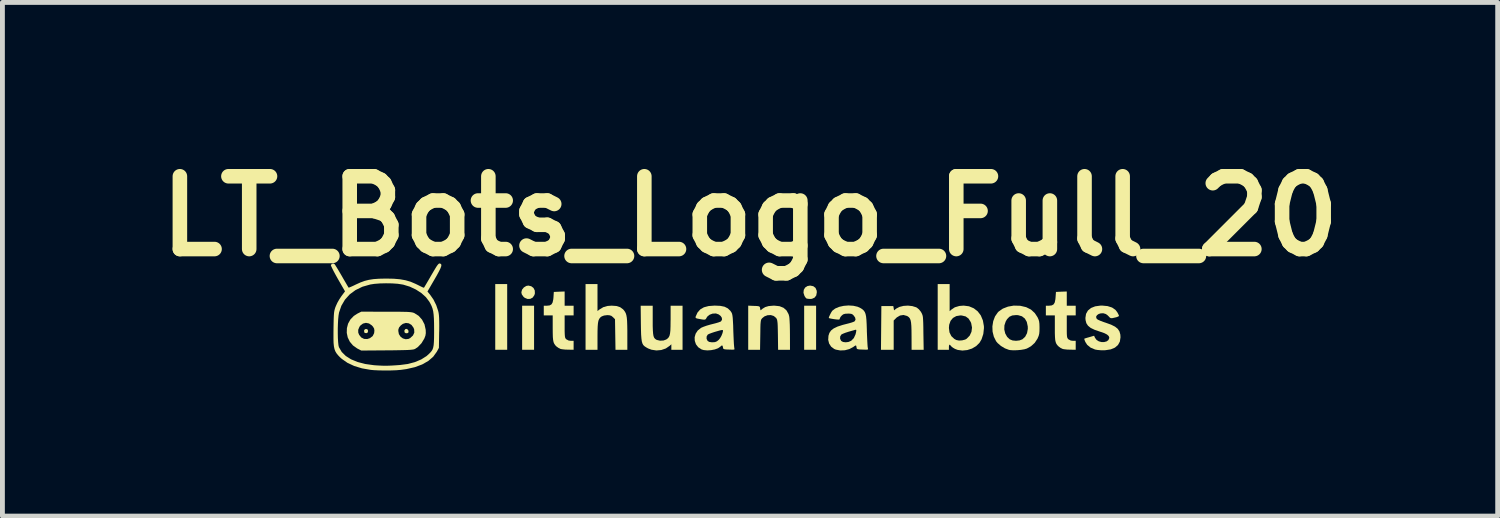
<source format=kicad_pcb>
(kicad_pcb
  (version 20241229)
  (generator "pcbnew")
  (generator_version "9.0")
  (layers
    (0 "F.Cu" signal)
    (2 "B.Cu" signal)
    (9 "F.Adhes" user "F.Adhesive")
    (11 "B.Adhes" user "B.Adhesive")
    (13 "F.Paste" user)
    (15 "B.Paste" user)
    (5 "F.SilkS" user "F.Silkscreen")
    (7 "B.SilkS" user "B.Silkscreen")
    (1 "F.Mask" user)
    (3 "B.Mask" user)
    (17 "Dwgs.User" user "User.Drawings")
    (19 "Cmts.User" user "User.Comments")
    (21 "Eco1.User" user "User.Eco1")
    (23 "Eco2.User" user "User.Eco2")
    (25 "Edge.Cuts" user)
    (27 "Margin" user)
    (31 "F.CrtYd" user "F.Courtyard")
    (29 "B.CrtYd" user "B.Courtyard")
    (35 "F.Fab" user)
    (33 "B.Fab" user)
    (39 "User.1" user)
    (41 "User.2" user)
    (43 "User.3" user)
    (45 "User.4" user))
  (footprint "LT_Bots_Logo_Full_20"
    (layer "F.Cu")
    (at 12.407 3.604)
    (property "Reference" "LT_Bots_Logo_Full_20" (at 0 -2.2 0) (layer "F.SilkS") (effects (font (size 1.5 1.5) (thickness 0.3))))
    (attr board_only exclude_from_pos_files exclude_from_bom)
    (fp_poly (pts (xy -5.005 -0.123) (xy -5.005 0.554) (xy -5.128 0.554) (xy -5.251 0.554) (xy -5.251 -0.123) (xy -5.251 -0.8) (xy -5.128 -0.8) (xy -5.005 -0.8)) (stroke (width 0) (type solid)) (fill yes) (layer "F.SilkS"))
    (fp_poly (pts (xy -4.451 0.1) (xy -4.451 0.554) (xy -4.574 0.554) (xy -4.697 0.554) (xy -4.697 0.1) (xy -4.697 -0.354) (xy -4.574 -0.354) (xy -4.451 -0.354)) (stroke (width 0) (type solid)) (fill yes) (layer "F.SilkS"))
    (fp_poly (pts (xy 1.361 0.1) (xy 1.361 0.554) (xy 1.238 0.554) (xy 1.115 0.554) (xy 1.115 0.1) (xy 1.115 -0.354) (xy 1.238 -0.354) (xy 1.361 -0.354)) (stroke (width 0) (type solid)) (fill yes) (layer "F.SilkS"))
    (fp_poly (pts (xy -7.879 0.139) (xy -7.872 0.169) (xy -7.881 0.201) (xy -7.907 0.212) (xy -7.939 0.207) (xy -7.951 0.193) (xy -7.954 0.155) (xy -7.936 0.13) (xy -7.907 0.126)) (stroke (width 0) (type solid)) (fill yes) (layer "F.SilkS"))
    (fp_poly (pts (xy -7.055 0.136) (xy -7.038 0.165) (xy -7.04 0.197) (xy -7.042 0.2) (xy -7.066 0.214) (xy -7.097 0.212) (xy -7.12 0.195) (xy -7.121 0.192) (xy -7.123 0.155) (xy -7.104 0.129) (xy -7.082 0.123)) (stroke (width 0) (type solid)) (fill yes) (layer "F.SilkS"))
    (fp_poly (pts (xy -4.509 -0.755) (xy -4.463 -0.72) (xy -4.437 -0.669) (xy -4.434 -0.609) (xy -4.444 -0.573) (xy -4.479 -0.522) (xy -4.529 -0.495) (xy -4.586 -0.493) (xy -4.642 -0.516) (xy -4.668 -0.537) (xy -4.704 -0.588) (xy -4.713 -0.63) (xy -4.699 -0.684) (xy -4.662 -0.73) (xy -4.612 -0.761) (xy -4.569 -0.769)) (stroke (width 0) (type solid)) (fill yes) (layer "F.SilkS"))
    (fp_poly (pts (xy 1.303 -0.756) (xy 1.349 -0.721) (xy 1.373 -0.665) (xy 1.376 -0.63) (xy 1.364 -0.565) (xy 1.329 -0.52) (xy 1.275 -0.496) (xy 1.242 -0.493) (xy 1.199 -0.496) (xy 1.167 -0.501) (xy 1.164 -0.502) (xy 1.144 -0.521) (xy 1.122 -0.554) (xy 1.122 -0.554) (xy 1.101 -0.62) (xy 1.107 -0.68) (xy 1.135 -0.728) (xy 1.183 -0.759) (xy 1.238 -0.769)) (stroke (width 0) (type solid)) (fill yes) (layer "F.SilkS"))
    (fp_poly (pts (xy -3.144 -0.522) (xy -3.144 -0.244) (xy -3.102 -0.277) (xy -3.024 -0.324) (xy -2.936 -0.349) (xy -2.851 -0.355) (xy -2.754 -0.348) (xy -2.678 -0.324) (xy -2.619 -0.281) (xy -2.602 -0.263) (xy -2.58 -0.233) (xy -2.562 -0.2) (xy -2.549 -0.159) (xy -2.54 -0.108) (xy -2.534 -0.04) (xy -2.531 0.048) (xy -2.529 0.16) (xy -2.529 0.227) (xy -2.529 0.554) (xy -2.651 0.554) (xy -2.773 0.554) (xy -2.778 0.239) (xy -2.783 -0.076) (xy -2.825 -0.118) (xy -2.858 -0.145) (xy -2.897 -0.157) (xy -2.942 -0.16) (xy -3.008 -0.152) (xy -3.059 -0.133) (xy -3.059 -0.132) (xy -3.087 -0.111) (xy -3.108 -0.083) (xy -3.124 -0.047) (xy -3.134 0.004) (xy -3.14 0.073) (xy -3.143 0.164) (xy -3.144 0.276) (xy -3.144 0.554) (xy -3.267 0.554) (xy -3.39 0.554) (xy -3.39 -0.123) (xy -3.39 -0.8) (xy -3.267 -0.8) (xy -3.144 -0.8)) (stroke (width 0) (type solid)) (fill yes) (layer "F.SilkS"))
    (fp_poly (pts (xy 3.344 -0.346) (xy 3.424 -0.321) (xy 3.441 -0.311) (xy 3.479 -0.28) (xy 3.516 -0.235) (xy 3.529 -0.214) (xy 3.541 -0.191) (xy 3.55 -0.169) (xy 3.558 -0.143) (xy 3.563 -0.108) (xy 3.566 -0.06) (xy 3.569 0.004) (xy 3.571 0.091) (xy 3.572 0.204) (xy 3.578 0.554) (xy 3.453 0.554) (xy 3.329 0.554) (xy 3.328 0.273) (xy 3.327 0.155) (xy 3.324 0.063) (xy 3.318 -0.006) (xy 3.308 -0.056) (xy 3.293 -0.092) (xy 3.273 -0.117) (xy 3.247 -0.136) (xy 3.234 -0.143) (xy 3.162 -0.163) (xy 3.091 -0.152) (xy 3.024 -0.113) (xy 3.01 -0.099) (xy 2.96 -0.049) (xy 2.96 0.252) (xy 2.96 0.554) (xy 2.829 0.554) (xy 2.698 0.554) (xy 2.702 0.104) (xy 2.706 -0.346) (xy 2.829 -0.346) (xy 2.952 -0.346) (xy 2.96 -0.302) (xy 2.967 -0.258) (xy 3.012 -0.294) (xy 3.078 -0.329) (xy 3.162 -0.35) (xy 3.254 -0.356)) (stroke (width 0) (type solid)) (fill yes) (layer "F.SilkS"))
    (fp_poly (pts (xy -2.006 -0.053) (xy -2.006 0.064) (xy -2.003 0.154) (xy -1.998 0.221) (xy -1.99 0.27) (xy -1.977 0.304) (xy -1.959 0.327) (xy -1.936 0.344) (xy -1.922 0.351) (xy -1.855 0.367) (xy -1.784 0.363) (xy -1.728 0.343) (xy -1.699 0.322) (xy -1.677 0.298) (xy -1.66 0.265) (xy -1.649 0.219) (xy -1.642 0.157) (xy -1.639 0.073) (xy -1.638 -0.037) (xy -1.637 -0.068) (xy -1.637 -0.354) (xy -1.514 -0.354) (xy -1.391 -0.354) (xy -1.391 0.1) (xy -1.391 0.554) (xy -1.507 0.554) (xy -1.622 0.554) (xy -1.622 0.497) (xy -1.622 0.441) (xy -1.657 0.473) (xy -1.736 0.527) (xy -1.829 0.559) (xy -1.93 0.568) (xy -2.031 0.553) (xy -2.1 0.527) (xy -2.141 0.504) (xy -2.174 0.482) (xy -2.2 0.457) (xy -2.218 0.424) (xy -2.231 0.379) (xy -2.239 0.319) (xy -2.245 0.24) (xy -2.248 0.138) (xy -2.25 0.012) (xy -2.254 -0.354) (xy -2.13 -0.354) (xy -2.006 -0.354)) (stroke (width 0) (type solid)) (fill yes) (layer "F.SilkS"))
    (fp_poly (pts (xy -3.821 -0.5) (xy -3.821 -0.354) (xy -3.729 -0.354) (xy -3.636 -0.354) (xy -3.636 -0.254) (xy -3.636 -0.154) (xy -3.729 -0.154) (xy -3.821 -0.154) (xy -3.821 0.076) (xy -3.821 0.165) (xy -3.819 0.229) (xy -3.816 0.273) (xy -3.811 0.301) (xy -3.803 0.32) (xy -3.791 0.334) (xy -3.787 0.338) (xy -3.738 0.364) (xy -3.695 0.369) (xy -3.636 0.369) (xy -3.636 0.461) (xy -3.636 0.554) (xy -3.748 0.552) (xy -3.81 0.55) (xy -3.866 0.544) (xy -3.903 0.538) (xy -3.947 0.517) (xy -3.986 0.489) (xy -4.014 0.461) (xy -4.034 0.432) (xy -4.049 0.398) (xy -4.058 0.353) (xy -4.064 0.292) (xy -4.066 0.211) (xy -4.067 0.108) (xy -4.067 -0.154) (xy -4.159 -0.154) (xy -4.251 -0.154) (xy -4.251 -0.254) (xy -4.251 -0.354) (xy -4.184 -0.354) (xy -4.13 -0.36) (xy -4.093 -0.381) (xy -4.069 -0.421) (xy -4.055 -0.485) (xy -4.051 -0.528) (xy -4.044 -0.638) (xy -3.932 -0.643) (xy -3.821 -0.647)) (stroke (width 0) (type solid)) (fill yes) (layer "F.SilkS"))
    (fp_poly (pts (xy 6.527 -0.5) (xy 6.527 -0.354) (xy 6.619 -0.354) (xy 6.711 -0.354) (xy 6.711 -0.254) (xy 6.711 -0.154) (xy 6.619 -0.154) (xy 6.527 -0.154) (xy 6.527 0.076) (xy 6.527 0.165) (xy 6.528 0.229) (xy 6.531 0.273) (xy 6.536 0.301) (xy 6.545 0.32) (xy 6.556 0.334) (xy 6.56 0.338) (xy 6.61 0.364) (xy 6.653 0.369) (xy 6.711 0.369) (xy 6.711 0.461) (xy 6.711 0.554) (xy 6.6 0.552) (xy 6.537 0.55) (xy 6.481 0.544) (xy 6.444 0.538) (xy 6.4 0.517) (xy 6.362 0.489) (xy 6.334 0.461) (xy 6.313 0.432) (xy 6.299 0.398) (xy 6.289 0.353) (xy 6.284 0.292) (xy 6.281 0.211) (xy 6.281 0.108) (xy 6.281 -0.154) (xy 6.189 -0.154) (xy 6.096 -0.154) (xy 6.096 -0.254) (xy 6.096 -0.354) (xy 6.163 -0.354) (xy 6.217 -0.36) (xy 6.255 -0.381) (xy 6.279 -0.421) (xy 6.292 -0.485) (xy 6.296 -0.528) (xy 6.304 -0.638) (xy 6.415 -0.643) (xy 6.527 -0.647)) (stroke (width 0) (type solid)) (fill yes) (layer "F.SilkS"))
    (fp_poly (pts (xy 0.607 -0.344) (xy 0.69 -0.311) (xy 0.752 -0.256) (xy 0.794 -0.179) (xy 0.806 -0.137) (xy 0.811 -0.101) (xy 0.815 -0.04) (xy 0.819 0.04) (xy 0.821 0.133) (xy 0.822 0.232) (xy 0.822 0.242) (xy 0.823 0.554) (xy 0.7 0.554) (xy 0.578 0.554) (xy 0.574 0.247) (xy 0.572 0.142) (xy 0.57 0.062) (xy 0.567 0.005) (xy 0.562 -0.036) (xy 0.557 -0.064) (xy 0.548 -0.084) (xy 0.538 -0.101) (xy 0.537 -0.102) (xy 0.489 -0.142) (xy 0.428 -0.161) (xy 0.361 -0.158) (xy 0.297 -0.134) (xy 0.253 -0.099) (xy 0.24 -0.084) (xy 0.23 -0.069) (xy 0.223 -0.047) (xy 0.219 -0.016) (xy 0.215 0.03) (xy 0.213 0.095) (xy 0.212 0.184) (xy 0.211 0.247) (xy 0.206 0.554) (xy 0.084 0.554) (xy -0.038 0.554) (xy -0.038 0.099) (xy -0.038 -0.355) (xy 0.081 -0.35) (xy 0.141 -0.348) (xy 0.176 -0.343) (xy 0.195 -0.335) (xy 0.204 -0.32) (xy 0.207 -0.302) (xy 0.215 -0.258) (xy 0.257 -0.292) (xy 0.313 -0.326) (xy 0.381 -0.346) (xy 0.468 -0.354) (xy 0.503 -0.355)) (stroke (width 0) (type solid)) (fill yes) (layer "F.SilkS"))
    (fp_poly (pts (xy 4.113 -0.52) (xy 4.113 -0.241) (xy 4.148 -0.273) (xy 4.22 -0.321) (xy 4.314 -0.349) (xy 4.402 -0.356) (xy 4.512 -0.342) (xy 4.61 -0.301) (xy 4.691 -0.238) (xy 4.755 -0.154) (xy 4.798 -0.051) (xy 4.819 0.067) (xy 4.82 0.108) (xy 4.807 0.228) (xy 4.771 0.338) (xy 4.728 0.411) (xy 4.66 0.478) (xy 4.574 0.529) (xy 4.477 0.56) (xy 4.376 0.57) (xy 4.279 0.557) (xy 4.223 0.536) (xy 4.179 0.51) (xy 4.147 0.484) (xy 4.139 0.474) (xy 4.117 0.449) (xy 4.104 0.454) (xy 4.098 0.488) (xy 4.098 0.5) (xy 4.098 0.554) (xy 3.982 0.554) (xy 3.867 0.554) (xy 3.867 0.104) (xy 4.098 0.104) (xy 4.11 0.196) (xy 4.148 0.273) (xy 4.209 0.33) (xy 4.251 0.353) (xy 4.306 0.364) (xy 4.372 0.36) (xy 4.433 0.344) (xy 4.463 0.327) (xy 4.526 0.263) (xy 4.563 0.184) (xy 4.574 0.097) (xy 4.557 0.006) (xy 4.546 -0.02) (xy 4.502 -0.09) (xy 4.443 -0.133) (xy 4.365 -0.152) (xy 4.334 -0.154) (xy 4.25 -0.14) (xy 4.182 -0.102) (xy 4.132 -0.042) (xy 4.104 0.038) (xy 4.098 0.104) (xy 3.867 0.104) (xy 3.867 -0.123) (xy 3.867 -0.8) (xy 3.99 -0.8) (xy 4.113 -0.8)) (stroke (width 0) (type solid)) (fill yes) (layer "F.SilkS"))
    (fp_poly (pts (xy 5.556 -0.353) (xy 5.57 -0.352) (xy 5.69 -0.324) (xy 5.788 -0.275) (xy 5.867 -0.203) (xy 5.924 -0.117) (xy 5.944 -0.073) (xy 5.957 -0.031) (xy 5.963 0.019) (xy 5.965 0.087) (xy 5.965 0.1) (xy 5.964 0.172) (xy 5.959 0.224) (xy 5.948 0.267) (xy 5.929 0.312) (xy 5.923 0.326) (xy 5.866 0.412) (xy 5.79 0.481) (xy 5.704 0.529) (xy 5.653 0.544) (xy 5.582 0.556) (xy 5.502 0.563) (xy 5.424 0.565) (xy 5.357 0.56) (xy 5.333 0.555) (xy 5.251 0.524) (xy 5.17 0.475) (xy 5.102 0.416) (xy 5.071 0.379) (xy 5.024 0.285) (xy 4.998 0.181) (xy 4.996 0.136) (xy 5.239 0.136) (xy 5.259 0.219) (xy 5.299 0.29) (xy 5.352 0.339) (xy 5.41 0.362) (xy 5.481 0.369) (xy 5.554 0.361) (xy 5.613 0.338) (xy 5.67 0.285) (xy 5.708 0.212) (xy 5.724 0.124) (xy 5.723 0.073) (xy 5.703 -0.02) (xy 5.663 -0.089) (xy 5.603 -0.136) (xy 5.524 -0.159) (xy 5.481 -0.161) (xy 5.403 -0.153) (xy 5.344 -0.126) (xy 5.296 -0.076) (xy 5.269 -0.03) (xy 5.242 0.051) (xy 5.239 0.136) (xy 4.996 0.136) (xy 4.994 0.072) (xy 5.011 -0.035) (xy 5.048 -0.133) (xy 5.105 -0.215) (xy 5.122 -0.233) (xy 5.209 -0.294) (xy 5.315 -0.335) (xy 5.433 -0.356)) (stroke (width 0) (type solid)) (fill yes) (layer "F.SilkS"))
    (fp_poly (pts (xy 7.368 -0.346) (xy 7.461 -0.316) (xy 7.532 -0.266) (xy 7.569 -0.217) (xy 7.59 -0.178) (xy 7.602 -0.149) (xy 7.603 -0.143) (xy 7.589 -0.132) (xy 7.554 -0.118) (xy 7.516 -0.109) (xy 7.467 -0.098) (xy 7.438 -0.097) (xy 7.418 -0.106) (xy 7.398 -0.126) (xy 7.397 -0.128) (xy 7.363 -0.161) (xy 7.331 -0.183) (xy 7.281 -0.198) (xy 7.23 -0.197) (xy 7.185 -0.184) (xy 7.151 -0.16) (xy 7.132 -0.131) (xy 7.136 -0.098) (xy 7.152 -0.077) (xy 7.178 -0.061) (xy 7.226 -0.04) (xy 7.288 -0.017) (xy 7.333 -0.002) (xy 7.441 0.037) (xy 7.522 0.078) (xy 7.578 0.123) (xy 7.613 0.177) (xy 7.631 0.242) (xy 7.634 0.297) (xy 7.621 0.385) (xy 7.582 0.456) (xy 7.519 0.51) (xy 7.433 0.546) (xy 7.323 0.563) (xy 7.304 0.564) (xy 7.232 0.564) (xy 7.162 0.558) (xy 7.11 0.549) (xy 7.018 0.51) (xy 6.949 0.454) (xy 6.91 0.394) (xy 6.894 0.355) (xy 6.887 0.331) (xy 6.887 0.327) (xy 6.903 0.32) (xy 6.941 0.308) (xy 6.991 0.294) (xy 7.09 0.265) (xy 7.109 0.308) (xy 7.141 0.351) (xy 7.187 0.38) (xy 7.242 0.395) (xy 7.297 0.395) (xy 7.347 0.382) (xy 7.384 0.355) (xy 7.402 0.314) (xy 7.403 0.304) (xy 7.391 0.271) (xy 7.355 0.239) (xy 7.292 0.208) (xy 7.207 0.179) (xy 7.099 0.142) (xy 7.019 0.103) (xy 6.964 0.058) (xy 6.93 0.006) (xy 6.914 -0.058) (xy 6.911 -0.102) (xy 6.924 -0.186) (xy 6.963 -0.255) (xy 7.026 -0.307) (xy 7.112 -0.341) (xy 7.219 -0.356) (xy 7.254 -0.357)) (stroke (width 0) (type solid)) (fill yes) (layer "F.SilkS"))
    (fp_poly (pts (xy -7.496 -0.23) (xy -7.355 -0.23) (xy -7.241 -0.23) (xy -7.15 -0.228) (xy -7.081 -0.227) (xy -7.028 -0.224) (xy -6.989 -0.22) (xy -6.959 -0.215) (xy -6.937 -0.209) (xy -6.919 -0.202) (xy -6.829 -0.145) (xy -6.759 -0.066) (xy -6.709 0.03) (xy -6.685 0.139) (xy -6.684 0.148) (xy -6.682 0.211) (xy -6.69 0.263) (xy -6.711 0.318) (xy -6.714 0.325) (xy -6.771 0.419) (xy -6.844 0.496) (xy -6.901 0.535) (xy -6.917 0.542) (xy -6.939 0.548) (xy -6.969 0.552) (xy -7.01 0.556) (xy -7.067 0.559) (xy -7.142 0.561) (xy -7.239 0.563) (xy -7.36 0.565) (xy -7.481 0.566) (xy -8.012 0.57) (xy -8.096 0.527) (xy -8.183 0.465) (xy -8.248 0.388) (xy -8.291 0.3) (xy -8.311 0.205) (xy -8.309 0.142) (xy -8.075 0.142) (xy -8.074 0.201) (xy -8.056 0.246) (xy -8.013 0.3) (xy -7.955 0.33) (xy -7.889 0.333) (xy -7.834 0.315) (xy -7.777 0.272) (xy -7.747 0.212) (xy -7.742 0.166) (xy -7.249 0.166) (xy -7.237 0.231) (xy -7.203 0.284) (xy -7.155 0.32) (xy -7.097 0.337) (xy -7.038 0.33) (xy -7.003 0.312) (xy -6.946 0.259) (xy -6.919 0.2) (xy -6.922 0.135) (xy -6.935 0.1) (xy -6.977 0.042) (xy -7.032 0.009) (xy -7.093 0.001) (xy -7.155 0.02) (xy -7.197 0.052) (xy -7.232 0.093) (xy -7.247 0.133) (xy -7.249 0.166) (xy -7.742 0.166) (xy -7.741 0.164) (xy -7.747 0.119) (xy -7.769 0.08) (xy -7.794 0.052) (xy -7.852 0.012) (xy -7.916 -0.001) (xy -7.977 0.014) (xy -8.03 0.054) (xy -8.049 0.08) (xy -8.075 0.142) (xy -8.309 0.142) (xy -8.308 0.109) (xy -8.284 0.016) (xy -8.236 -0.07) (xy -8.166 -0.143) (xy -8.092 -0.191) (xy -8.012 -0.231)) (stroke (width 0) (type solid)) (fill yes) (layer "F.SilkS"))
    (fp_poly (pts (xy -0.613 -0.351) (xy -0.525 -0.333) (xy -0.458 -0.299) (xy -0.406 -0.249) (xy -0.379 -0.208) (xy -0.37 -0.185) (xy -0.363 -0.152) (xy -0.357 -0.104) (xy -0.353 -0.037) (xy -0.348 0.052) (xy -0.345 0.169) (xy -0.345 0.169) (xy -0.341 0.268) (xy -0.337 0.358) (xy -0.333 0.434) (xy -0.328 0.49) (xy -0.324 0.523) (xy -0.323 0.527) (xy -0.32 0.541) (xy -0.328 0.549) (xy -0.353 0.552) (xy -0.4 0.551) (xy -0.432 0.55) (xy -0.493 0.548) (xy -0.529 0.543) (xy -0.548 0.535) (xy -0.556 0.521) (xy -0.558 0.504) (xy -0.567 0.47) (xy -0.583 0.465) (xy -0.61 0.487) (xy -0.615 0.492) (xy -0.66 0.523) (xy -0.726 0.547) (xy -0.803 0.562) (xy -0.882 0.567) (xy -0.955 0.56) (xy -0.999 0.547) (xy -1.068 0.502) (xy -1.115 0.441) (xy -1.139 0.37) (xy -1.141 0.328) (xy -0.896 0.328) (xy -0.875 0.371) (xy -0.874 0.372) (xy -0.841 0.392) (xy -0.788 0.4) (xy -0.774 0.4) (xy -0.722 0.396) (xy -0.683 0.38) (xy -0.646 0.35) (xy -0.618 0.315) (xy -0.591 0.269) (xy -0.571 0.22) (xy -0.559 0.178) (xy -0.56 0.15) (xy -0.562 0.147) (xy -0.581 0.147) (xy -0.62 0.155) (xy -0.673 0.17) (xy -0.732 0.187) (xy -0.789 0.206) (xy -0.837 0.224) (xy -0.868 0.239) (xy -0.873 0.243) (xy -0.895 0.281) (xy -0.896 0.328) (xy -1.141 0.328) (xy -1.142 0.295) (xy -1.121 0.222) (xy -1.078 0.157) (xy -1.013 0.105) (xy -1.009 0.102) (xy -0.961 0.081) (xy -0.894 0.057) (xy -0.818 0.035) (xy -0.778 0.025) (xy -0.711 0.008) (xy -0.653 -0.009) (xy -0.613 -0.024) (xy -0.599 -0.031) (xy -0.578 -0.065) (xy -0.581 -0.104) (xy -0.605 -0.142) (xy -0.646 -0.174) (xy -0.699 -0.193) (xy -0.71 -0.194) (xy -0.772 -0.191) (xy -0.832 -0.169) (xy -0.878 -0.133) (xy -0.893 -0.111) (xy -0.908 -0.084) (xy -0.923 -0.07) (xy -0.947 -0.066) (xy -0.989 -0.071) (xy -1.029 -0.078) (xy -1.083 -0.088) (xy -1.112 -0.097) (xy -1.123 -0.109) (xy -1.122 -0.126) (xy -1.121 -0.129) (xy -1.083 -0.213) (xy -1.028 -0.276) (xy -0.952 -0.321) (xy -0.854 -0.347) (xy -0.732 -0.356) (xy -0.726 -0.356)) (stroke (width 0) (type solid)) (fill yes) (layer "F.SilkS"))
    (fp_poly (pts (xy 2.127 -0.353) (xy 2.216 -0.333) (xy 2.284 -0.301) (xy 2.319 -0.277) (xy 2.345 -0.252) (xy 2.365 -0.222) (xy 2.38 -0.184) (xy 2.391 -0.132) (xy 2.398 -0.063) (xy 2.403 0.027) (xy 2.407 0.144) (xy 2.407 0.169) (xy 2.411 0.268) (xy 2.415 0.358) (xy 2.419 0.434) (xy 2.423 0.49) (xy 2.428 0.523) (xy 2.429 0.527) (xy 2.432 0.541) (xy 2.424 0.549) (xy 2.4 0.552) (xy 2.352 0.551) (xy 2.32 0.55) (xy 2.259 0.548) (xy 2.223 0.543) (xy 2.204 0.535) (xy 2.196 0.521) (xy 2.194 0.504) (xy 2.189 0.474) (xy 2.179 0.464) (xy 2.157 0.475) (xy 2.125 0.498) (xy 2.046 0.54) (xy 1.954 0.564) (xy 1.858 0.568) (xy 1.768 0.551) (xy 1.734 0.537) (xy 1.671 0.49) (xy 1.629 0.425) (xy 1.61 0.348) (xy 1.612 0.328) (xy 1.856 0.328) (xy 1.878 0.371) (xy 1.878 0.372) (xy 1.916 0.393) (xy 1.97 0.4) (xy 2.028 0.393) (xy 2.08 0.371) (xy 2.085 0.368) (xy 2.138 0.314) (xy 2.173 0.238) (xy 2.184 0.194) (xy 2.19 0.156) (xy 2.185 0.142) (xy 2.168 0.143) (xy 2.166 0.143) (xy 2.138 0.152) (xy 2.09 0.165) (xy 2.031 0.182) (xy 2.022 0.185) (xy 1.963 0.204) (xy 1.913 0.224) (xy 1.882 0.24) (xy 1.88 0.242) (xy 1.857 0.281) (xy 1.856 0.328) (xy 1.612 0.328) (xy 1.616 0.265) (xy 1.635 0.207) (xy 1.669 0.157) (xy 1.724 0.114) (xy 1.803 0.076) (xy 1.908 0.042) (xy 1.974 0.025) (xy 2.041 0.008) (xy 2.099 -0.009) (xy 2.139 -0.024) (xy 2.153 -0.031) (xy 2.174 -0.065) (xy 2.166 -0.108) (xy 2.138 -0.149) (xy 2.113 -0.174) (xy 2.084 -0.187) (xy 2.042 -0.191) (xy 2.016 -0.191) (xy 1.959 -0.188) (xy 1.92 -0.176) (xy 1.892 -0.154) (xy 1.865 -0.124) (xy 1.853 -0.1) (xy 1.853 -0.098) (xy 1.843 -0.073) (xy 1.838 -0.07) (xy 1.818 -0.068) (xy 1.779 -0.071) (xy 1.731 -0.077) (xy 1.683 -0.085) (xy 1.644 -0.093) (xy 1.623 -0.1) (xy 1.622 -0.102) (xy 1.629 -0.127) (xy 1.647 -0.167) (xy 1.669 -0.21) (xy 1.69 -0.243) (xy 1.696 -0.251) (xy 1.755 -0.296) (xy 1.835 -0.33) (xy 1.929 -0.351) (xy 2.029 -0.359)) (stroke (width 0) (type solid)) (fill yes) (layer "F.SilkS"))
    (fp_poly (pts (xy -6.389 -1.223) (xy -6.383 -1.221) (xy -6.367 -1.21) (xy -6.361 -1.191) (xy -6.366 -1.161) (xy -6.383 -1.117) (xy -6.414 -1.055) (xy -6.459 -0.972) (xy -6.503 -0.896) (xy -6.648 -0.646) (xy -6.594 -0.581) (xy -6.525 -0.482) (xy -6.467 -0.365) (xy -6.427 -0.246) (xy -6.418 -0.206) (xy -6.412 -0.161) (xy -6.408 -0.105) (xy -6.406 -0.035) (xy -6.405 0.056) (xy -6.406 0.173) (xy -6.407 0.183) (xy -6.412 0.515) (xy -6.457 0.597) (xy -6.53 0.698) (xy -6.63 0.784) (xy -6.756 0.856) (xy -6.906 0.912) (xy -7.081 0.952) (xy -7.196 0.968) (xy -7.291 0.976) (xy -7.405 0.98) (xy -7.527 0.981) (xy -7.648 0.979) (xy -7.756 0.974) (xy -7.819 0.968) (xy -7.997 0.937) (xy -8.158 0.888) (xy -8.297 0.823) (xy -8.413 0.742) (xy -8.45 0.709) (xy -8.491 0.666) (xy -8.523 0.626) (xy -8.547 0.585) (xy -8.564 0.539) (xy -8.576 0.482) (xy -8.583 0.411) (xy -8.585 0.321) (xy -8.585 0.216) (xy -8.496 0.216) (xy -8.494 0.312) (xy -8.489 0.395) (xy -8.482 0.461) (xy -8.472 0.503) (xy -8.471 0.503) (xy -8.415 0.599) (xy -8.331 0.682) (xy -8.222 0.751) (xy -8.088 0.806) (xy -7.931 0.847) (xy -7.751 0.872) (xy -7.711 0.875) (xy -7.627 0.88) (xy -7.552 0.883) (xy -7.478 0.883) (xy -7.396 0.88) (xy -7.298 0.874) (xy -7.215 0.868) (xy -7.054 0.847) (xy -6.906 0.808) (xy -6.776 0.753) (xy -6.667 0.684) (xy -6.621 0.643) (xy -6.587 0.609) (xy -6.561 0.578) (xy -6.542 0.545) (xy -6.529 0.505) (xy -6.52 0.456) (xy -6.515 0.39) (xy -6.512 0.306) (xy -6.511 0.197) (xy -6.511 0.141) (xy -6.512 0.013) (xy -6.515 -0.09) (xy -6.521 -0.173) (xy -6.53 -0.24) (xy -6.544 -0.297) (xy -6.564 -0.35) (xy -6.59 -0.402) (xy -6.611 -0.439) (xy -6.68 -0.53) (xy -6.774 -0.615) (xy -6.887 -0.688) (xy -7.013 -0.747) (xy -7.147 -0.788) (xy -7.164 -0.791) (xy -7.261 -0.806) (xy -7.377 -0.814) (xy -7.503 -0.816) (xy -7.629 -0.813) (xy -7.743 -0.804) (xy -7.827 -0.791) (xy -7.988 -0.745) (xy -8.13 -0.676) (xy -8.25 -0.588) (xy -8.348 -0.479) (xy -8.422 -0.353) (xy -8.47 -0.214) (xy -8.48 -0.155) (xy -8.488 -0.077) (xy -8.493 0.016) (xy -8.496 0.115) (xy -8.496 0.216) (xy -8.585 0.216) (xy -8.585 0.207) (xy -8.584 0.111) (xy -8.582 -0.002) (xy -8.58 -0.089) (xy -8.577 -0.156) (xy -8.573 -0.207) (xy -8.567 -0.246) (xy -8.559 -0.28) (xy -8.549 -0.313) (xy -8.536 -0.346) (xy -8.504 -0.416) (xy -8.461 -0.491) (xy -8.42 -0.552) (xy -8.347 -0.65) (xy -8.497 -0.911) (xy -8.542 -0.992) (xy -8.582 -1.066) (xy -8.612 -1.126) (xy -8.632 -1.169) (xy -8.639 -1.191) (xy -8.639 -1.192) (xy -8.616 -1.217) (xy -8.584 -1.223) (xy -8.562 -1.211) (xy -8.549 -1.192) (xy -8.523 -1.151) (xy -8.487 -1.092) (xy -8.446 -1.022) (xy -8.411 -0.962) (xy -8.368 -0.887) (xy -8.329 -0.821) (xy -8.299 -0.769) (xy -8.279 -0.736) (xy -8.273 -0.726) (xy -8.258 -0.73) (xy -8.221 -0.745) (xy -8.168 -0.769) (xy -8.123 -0.791) (xy -8.03 -0.833) (xy -7.943 -0.865) (xy -7.855 -0.887) (xy -7.759 -0.902) (xy -7.647 -0.91) (xy -7.512 -0.913) (xy -7.495 -0.913) (xy -7.343 -0.91) (xy -7.215 -0.899) (xy -7.102 -0.879) (xy -6.998 -0.849) (xy -6.897 -0.806) (xy -6.847 -0.782) (xy -6.793 -0.755) (xy -6.75 -0.734) (xy -6.724 -0.725) (xy -6.72 -0.724) (xy -6.711 -0.739) (xy -6.689 -0.776) (xy -6.657 -0.83) (xy -6.617 -0.898) (xy -6.581 -0.961) (xy -6.527 -1.053) (xy -6.486 -1.122) (xy -6.456 -1.17) (xy -6.433 -1.201) (xy -6.416 -1.218) (xy -6.402 -1.225)) (stroke (width 0) (type solid)) (fill yes) (layer "F.SilkS")))
  (gr_rect
    (start -3 -3)
    (end 27.814 7.585)
    (stroke (width 0.1) (type default))
    (fill no)
    (layer "Edge.Cuts")))
</source>
